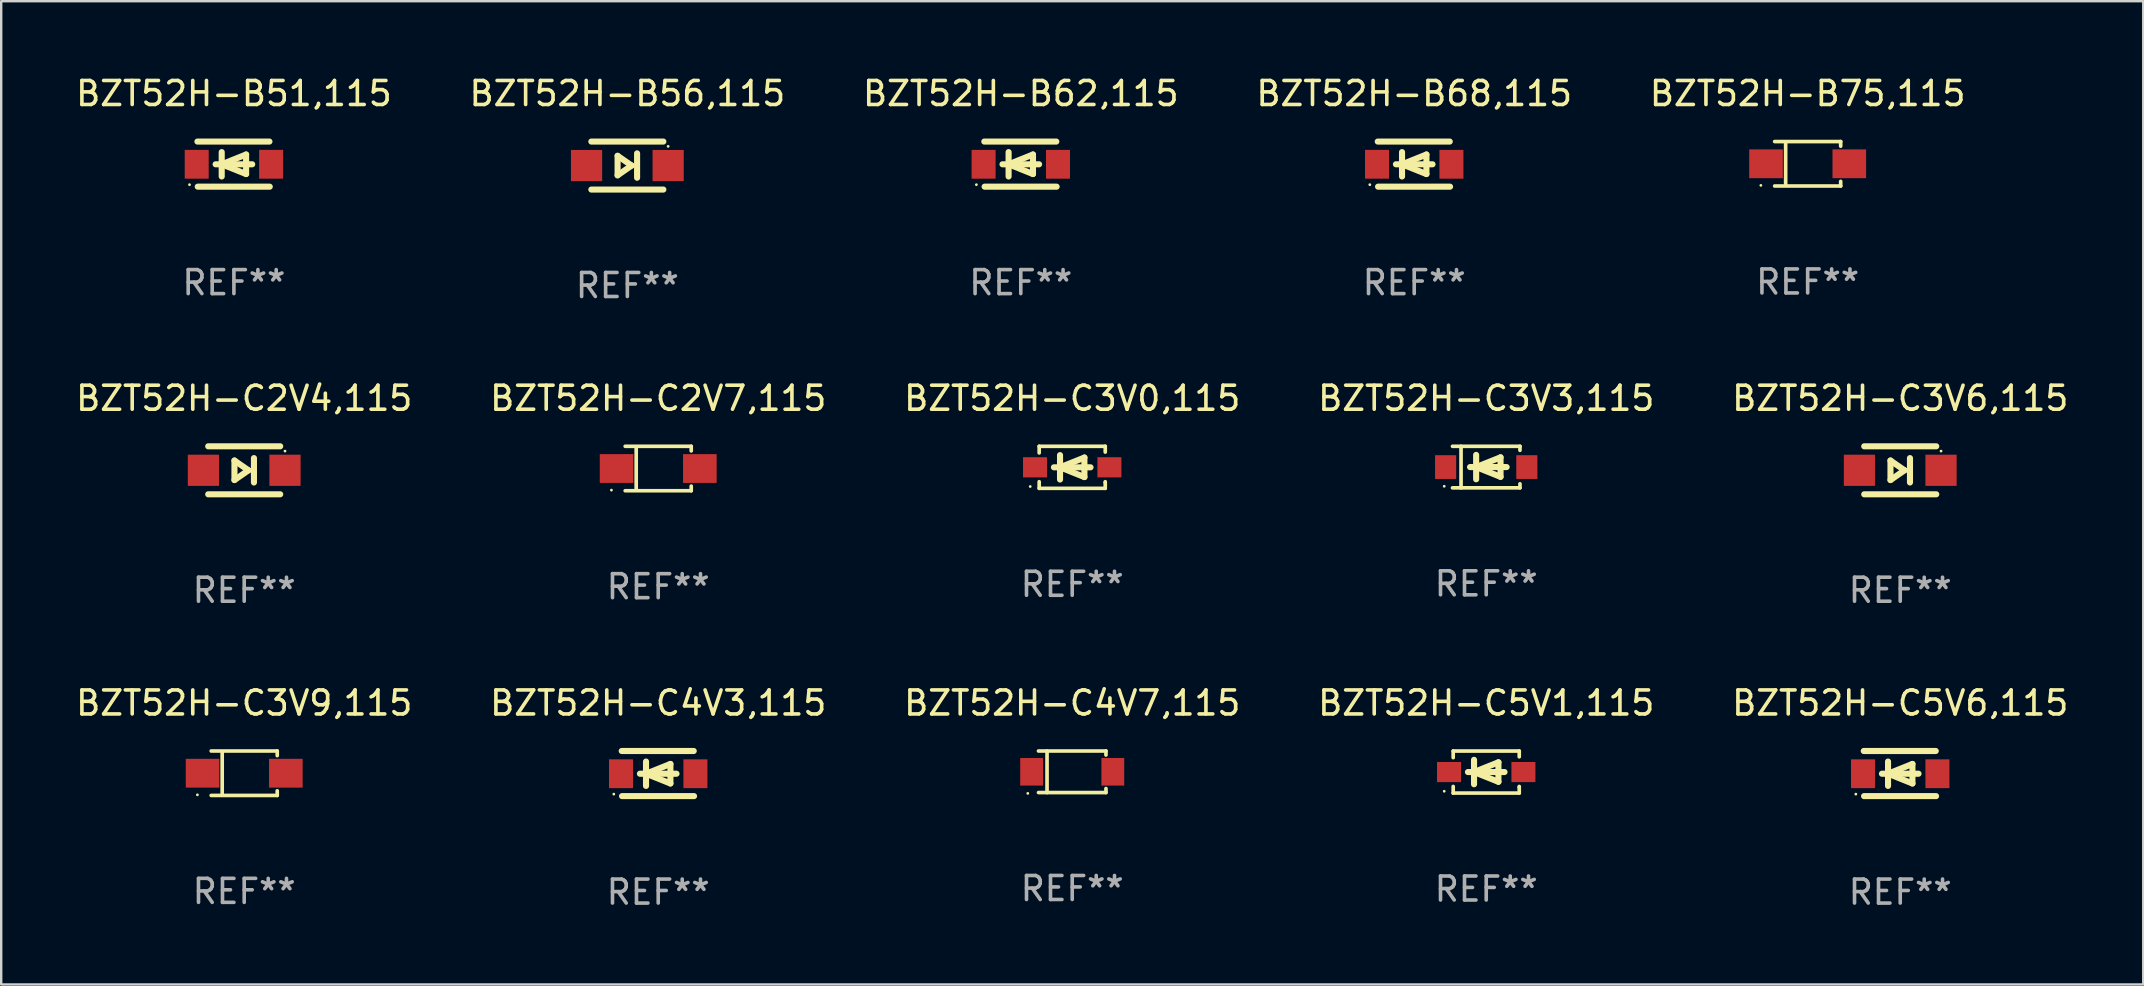
<source format=kicad_pcb>
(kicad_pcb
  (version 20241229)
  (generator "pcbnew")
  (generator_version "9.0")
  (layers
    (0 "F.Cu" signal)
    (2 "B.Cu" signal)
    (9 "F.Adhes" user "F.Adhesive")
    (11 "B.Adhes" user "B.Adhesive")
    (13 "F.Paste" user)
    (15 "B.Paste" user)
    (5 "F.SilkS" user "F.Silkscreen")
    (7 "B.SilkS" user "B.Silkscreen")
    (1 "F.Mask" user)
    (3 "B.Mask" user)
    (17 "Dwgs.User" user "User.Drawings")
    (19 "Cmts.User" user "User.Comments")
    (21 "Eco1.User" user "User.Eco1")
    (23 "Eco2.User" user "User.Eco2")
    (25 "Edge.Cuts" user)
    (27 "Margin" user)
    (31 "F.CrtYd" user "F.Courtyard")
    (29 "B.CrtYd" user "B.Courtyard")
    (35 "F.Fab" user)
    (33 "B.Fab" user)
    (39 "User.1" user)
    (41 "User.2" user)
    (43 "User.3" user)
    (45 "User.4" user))
  (footprint "BZT52H-B56,115"
    (layer "F.Cu")
    (at 23.089 3.848)
    (property "Reference" "BZT52H-B56,115" (at 0 -3 0) (layer "F.SilkS") (effects (font (size 1 1) (thickness 0.15))))
    (attr through_hole)
    (fp_line (start -1.5 -1) (end 1.5 -1) (stroke (width 0.254) (type solid)) (layer "F.SilkS"))
    (fp_line (start -0.406 -0.406) (end 0.178 0) (stroke (width 0.254) (type solid)) (layer "F.SilkS"))
    (fp_line (start -0.406 0.406) (end -0.406 -0.406) (stroke (width 0.254) (type solid)) (layer "F.SilkS"))
    (fp_line (start 0.178 0) (end -0.406 0.406) (stroke (width 0.254) (type solid)) (layer "F.SilkS"))
    (fp_line (start 0.406 0.508) (end 0.406 -0.508) (stroke (width 0.254) (type solid)) (layer "F.SilkS"))
    (fp_line (start 1.5 1) (end -1.5 1) (stroke (width 0.254) (type solid)) (layer "F.SilkS"))
    (fp_circle (center 1.7 -0.8) (end 1.73 -0.8) (stroke (width 0.06) (type solid)) (fill no) (layer "F.SilkS"))
    (fp_text user "REF**" (at 0 5 0) (layer "F.Fab") (effects (font (size 1 1) (thickness 0.15))))
    (pad "1" smd rect (at 1.7 0 180) (size 1.3 1.3) (layers "F.Cu" "F.Mask" "F.Paste"))
    (pad "2" smd rect (at -1.7 0 180) (size 1.3 1.3) (layers "F.Cu" "F.Mask" "F.Paste")))
  (footprint "BZT52H-C3V9,115"
    (layer "F.Cu")
    (at 7.125 29.167)
    (property "Reference" "BZT52H-C3V9,115" (at 0 -2.926 0) (layer "F.SilkS") (effects (font (size 1 1) (thickness 0.15))))
    (attr through_hole)
    (fp_line (start -1.376 -0.926) (end 1.376 -0.926) (stroke (width 0.152) (type solid)) (layer "F.SilkS"))
    (fp_line (start -1.376 0.926) (end 1.376 0.926) (stroke (width 0.152) (type solid)) (layer "F.SilkS"))
    (fp_line (start -0.917 -0.876) (end -0.917 0.876) (stroke (width 0.152) (type solid)) (layer "F.SilkS"))
    (fp_line (start 1.376 -0.926) (end 1.376 -0.733) (stroke (width 0.152) (type solid)) (layer "F.SilkS"))
    (fp_line (start 1.376 0.926) (end 1.376 0.733) (stroke (width 0.152) (type solid)) (layer "F.SilkS"))
    (fp_circle (center -1.95 0.9) (end -1.92 0.9) (stroke (width 0.06) (type solid)) (fill no) (layer "F.SilkS"))
    (fp_text user "REF**" (at 0 4.926 0) (layer "F.Fab") (effects (font (size 1 1) (thickness 0.15))))
    (pad "1" smd rect (at -1.735 0) (size 1.4 1.2) (layers "F.Cu" "F.Mask" "F.Paste"))
    (pad "2" smd rect (at 1.735 0) (size 1.4 1.2) (layers "F.Cu" "F.Mask" "F.Paste")))
  (footprint "BZT52H-B75,115"
    (layer "F.Cu")
    (at 72.268 3.774)
    (property "Reference" "BZT52H-B75,115" (at 0 -2.926 0) (layer "F.SilkS") (effects (font (size 1 1) (thickness 0.15))))
    (attr through_hole)
    (fp_line (start -1.376 -0.926) (end 1.376 -0.926) (stroke (width 0.152) (type solid)) (layer "F.SilkS"))
    (fp_line (start -1.376 0.926) (end 1.376 0.926) (stroke (width 0.152) (type solid)) (layer "F.SilkS"))
    (fp_line (start -0.917 -0.876) (end -0.917 0.876) (stroke (width 0.152) (type solid)) (layer "F.SilkS"))
    (fp_line (start 1.376 -0.926) (end 1.376 -0.733) (stroke (width 0.152) (type solid)) (layer "F.SilkS"))
    (fp_line (start 1.376 0.926) (end 1.376 0.733) (stroke (width 0.152) (type solid)) (layer "F.SilkS"))
    (fp_circle (center -1.95 0.9) (end -1.92 0.9) (stroke (width 0.06) (type solid)) (fill no) (layer "F.SilkS"))
    (fp_text user "REF**" (at 0 4.926 0) (layer "F.Fab") (effects (font (size 1 1) (thickness 0.15))))
    (pad "1" smd rect (at -1.735 0) (size 1.4 1.2) (layers "F.Cu" "F.Mask" "F.Paste"))
    (pad "2" smd rect (at 1.735 0) (size 1.4 1.2) (layers "F.Cu" "F.Mask" "F.Paste")))
  (footprint "BZT52H-B51,115"
    (layer "F.Cu")
    (at 6.696 3.788)
    (property "Reference" "BZT52H-B51,115" (at 0 -2.94 0) (layer "F.SilkS") (effects (font (size 1 1) (thickness 0.15))))
    (attr through_hole)
    (fp_line (start -1.52 -0.94) (end 1.48 -0.94) (stroke (width 0.254) (type solid)) (layer "F.SilkS"))
    (fp_line (start -1.507 0.94) (end 1.493 0.94) (stroke (width 0.254) (type solid)) (layer "F.SilkS"))
    (fp_line (start -0.762 0.007) (end 0.762 0.007) (stroke (width 0.254) (type solid)) (layer "F.SilkS"))
    (fp_line (start -0.508 -0.501) (end -0.508 0.515) (stroke (width 0.254) (type solid)) (layer "F.SilkS"))
    (fp_line (start -0.508 0.007) (end 0.508 -0.4) (stroke (width 0.254) (type solid)) (layer "F.SilkS"))
    (fp_line (start 0.508 -0.4) (end 0.508 0.413) (stroke (width 0.254) (type solid)) (layer "F.SilkS"))
    (fp_line (start 0.508 0.413) (end -0.508 0.007) (stroke (width 0.254) (type solid)) (layer "F.SilkS"))
    (fp_circle (center -1.85 0.857) (end -1.82 0.857) (stroke (width 0.06) (type solid)) (fill no) (layer "F.SilkS"))
    (fp_text user "REF**" (at 0 4.94 0) (layer "F.Fab") (effects (font (size 1 1) (thickness 0.15))))
    (pad "1" smd rect (at -1.55 0.007) (size 1 1.2) (layers "F.Cu" "F.Mask" "F.Paste"))
    (pad "2" smd rect (at 1.55 0.007) (size 1 1.2) (layers "F.Cu" "F.Mask" "F.Paste")))
  (footprint "BZT52H-B62,115"
    (layer "F.Cu")
    (at 39.482 3.788)
    (property "Reference" "BZT52H-B62,115" (at 0 -2.94 0) (layer "F.SilkS") (effects (font (size 1 1) (thickness 0.15))))
    (attr through_hole)
    (fp_line (start -1.52 -0.94) (end 1.48 -0.94) (stroke (width 0.254) (type solid)) (layer "F.SilkS"))
    (fp_line (start -1.507 0.94) (end 1.493 0.94) (stroke (width 0.254) (type solid)) (layer "F.SilkS"))
    (fp_line (start -0.762 0.007) (end 0.762 0.007) (stroke (width 0.254) (type solid)) (layer "F.SilkS"))
    (fp_line (start -0.508 -0.501) (end -0.508 0.515) (stroke (width 0.254) (type solid)) (layer "F.SilkS"))
    (fp_line (start -0.508 0.007) (end 0.508 -0.4) (stroke (width 0.254) (type solid)) (layer "F.SilkS"))
    (fp_line (start 0.508 -0.4) (end 0.508 0.413) (stroke (width 0.254) (type solid)) (layer "F.SilkS"))
    (fp_line (start 0.508 0.413) (end -0.508 0.007) (stroke (width 0.254) (type solid)) (layer "F.SilkS"))
    (fp_circle (center -1.85 0.857) (end -1.82 0.857) (stroke (width 0.06) (type solid)) (fill no) (layer "F.SilkS"))
    (fp_text user "REF**" (at 0 4.94 0) (layer "F.Fab") (effects (font (size 1 1) (thickness 0.15))))
    (pad "1" smd rect (at -1.55 0.007) (size 1 1.2) (layers "F.Cu" "F.Mask" "F.Paste"))
    (pad "2" smd rect (at 1.55 0.007) (size 1 1.2) (layers "F.Cu" "F.Mask" "F.Paste")))
  (footprint "BZT52H-B68,115"
    (layer "F.Cu")
    (at 55.875 3.788)
    (property "Reference" "BZT52H-B68,115" (at 0 -2.94 0) (layer "F.SilkS") (effects (font (size 1 1) (thickness 0.15))))
    (attr through_hole)
    (fp_line (start -1.52 -0.94) (end 1.48 -0.94) (stroke (width 0.254) (type solid)) (layer "F.SilkS"))
    (fp_line (start -1.507 0.94) (end 1.493 0.94) (stroke (width 0.254) (type solid)) (layer "F.SilkS"))
    (fp_line (start -0.762 0.007) (end 0.762 0.007) (stroke (width 0.254) (type solid)) (layer "F.SilkS"))
    (fp_line (start -0.508 -0.501) (end -0.508 0.515) (stroke (width 0.254) (type solid)) (layer "F.SilkS"))
    (fp_line (start -0.508 0.007) (end 0.508 -0.4) (stroke (width 0.254) (type solid)) (layer "F.SilkS"))
    (fp_line (start 0.508 -0.4) (end 0.508 0.413) (stroke (width 0.254) (type solid)) (layer "F.SilkS"))
    (fp_line (start 0.508 0.413) (end -0.508 0.007) (stroke (width 0.254) (type solid)) (layer "F.SilkS"))
    (fp_circle (center -1.85 0.857) (end -1.82 0.857) (stroke (width 0.06) (type solid)) (fill no) (layer "F.SilkS"))
    (fp_text user "REF**" (at 0 4.94 0) (layer "F.Fab") (effects (font (size 1 1) (thickness 0.15))))
    (pad "1" smd rect (at -1.55 0.007) (size 1 1.2) (layers "F.Cu" "F.Mask" "F.Paste"))
    (pad "2" smd rect (at 1.55 0.007) (size 1 1.2) (layers "F.Cu" "F.Mask" "F.Paste")))
  (footprint "BZT52H-C4V7,115"
    (layer "F.Cu")
    (at 41.625 29.107)
    (property "Reference" "BZT52H-C4V7,115" (at 0 -2.866 0) (layer "F.SilkS") (effects (font (size 1 1) (thickness 0.15))))
    (attr through_hole)
    (fp_line (start -1.406 -0.866) (end 1.406 -0.866) (stroke (width 0.152) (type solid)) (layer "F.SilkS"))
    (fp_line (start -1.406 0.866) (end 1.406 0.866) (stroke (width 0.152) (type solid)) (layer "F.SilkS"))
    (fp_line (start -1.049 -0.866) (end -1.049 0.866) (stroke (width 0.152) (type solid)) (layer "F.SilkS"))
    (fp_line (start 1.406 -0.866) (end 1.406 -0.698) (stroke (width 0.152) (type solid)) (layer "F.SilkS"))
    (fp_line (start 1.406 0.866) (end 1.406 0.698) (stroke (width 0.152) (type solid)) (layer "F.SilkS"))
    (fp_circle (center -1.851 0.9) (end -1.821 0.9) (stroke (width 0.06) (type solid)) (fill no) (layer "F.SilkS"))
    (fp_text user "REF**" (at 0 4.866 0) (layer "F.Fab") (effects (font (size 1 1) (thickness 0.15))))
    (pad "1" smd rect (at -1.692 0) (size 0.95 1.15) (layers "F.Cu" "F.Mask" "F.Paste"))
    (pad "2" smd rect (at 1.692 0) (size 0.95 1.15) (layers "F.Cu" "F.Mask" "F.Paste")))
  (footprint "BZT52H-C4V3,115"
    (layer "F.Cu")
    (at 24.375 29.181)
    (property "Reference" "BZT52H-C4V3,115" (at 0 -2.94 0) (layer "F.SilkS") (effects (font (size 1 1) (thickness 0.15))))
    (attr through_hole)
    (fp_line (start -1.52 -0.94) (end 1.48 -0.94) (stroke (width 0.254) (type solid)) (layer "F.SilkS"))
    (fp_line (start -1.507 0.94) (end 1.493 0.94) (stroke (width 0.254) (type solid)) (layer "F.SilkS"))
    (fp_line (start -0.762 0.007) (end 0.762 0.007) (stroke (width 0.254) (type solid)) (layer "F.SilkS"))
    (fp_line (start -0.508 -0.501) (end -0.508 0.515) (stroke (width 0.254) (type solid)) (layer "F.SilkS"))
    (fp_line (start -0.508 0.007) (end 0.508 -0.4) (stroke (width 0.254) (type solid)) (layer "F.SilkS"))
    (fp_line (start 0.508 -0.4) (end 0.508 0.413) (stroke (width 0.254) (type solid)) (layer "F.SilkS"))
    (fp_line (start 0.508 0.413) (end -0.508 0.007) (stroke (width 0.254) (type solid)) (layer "F.SilkS"))
    (fp_circle (center -1.85 0.857) (end -1.82 0.857) (stroke (width 0.06) (type solid)) (fill no) (layer "F.SilkS"))
    (fp_text user "REF**" (at 0 4.94 0) (layer "F.Fab") (effects (font (size 1 1) (thickness 0.15))))
    (pad "1" smd rect (at -1.55 0.007) (size 1 1.2) (layers "F.Cu" "F.Mask" "F.Paste"))
    (pad "2" smd rect (at 1.55 0.007) (size 1 1.2) (layers "F.Cu" "F.Mask" "F.Paste")))
  (footprint "BZT52H-C5V1,115"
    (layer "F.Cu")
    (at 58.875 29.118)
    (property "Reference" "BZT52H-C5V1,115" (at 0 -2.876 0) (layer "F.SilkS") (effects (font (size 1 1) (thickness 0.15))))
    (attr through_hole)
    (fp_line (start -1.376 -0.876) (end -1.376 -0.6) (stroke (width 0.152) (type solid)) (layer "F.SilkS"))
    (fp_line (start -1.376 -0.876) (end 1.376 -0.876) (stroke (width 0.152) (type solid)) (layer "F.SilkS"))
    (fp_line (start -1.376 0.6) (end -1.376 0.876) (stroke (width 0.152) (type solid)) (layer "F.SilkS"))
    (fp_line (start -1.376 0.876) (end 1.376 0.876) (stroke (width 0.152) (type solid)) (layer "F.SilkS"))
    (fp_line (start -0.762 -0.000051) (end 0.762 -0.000051) (stroke (width 0.254) (type solid)) (layer "F.SilkS"))
    (fp_line (start -0.508 -0.508) (end -0.508 0.508) (stroke (width 0.254) (type solid)) (layer "F.SilkS"))
    (fp_line (start -0.508 -0.000051) (end 0.508 -0.406) (stroke (width 0.254) (type solid)) (layer "F.SilkS"))
    (fp_line (start 0.508 -0.406) (end 0.508 0.406) (stroke (width 0.254) (type solid)) (layer "F.SilkS"))
    (fp_line (start 0.508 0.406) (end -0.508 -0.000051) (stroke (width 0.254) (type solid)) (layer "F.SilkS"))
    (fp_line (start 1.376 0.631) (end 1.376 0.6) (stroke (width 0.152) (type solid)) (layer "F.SilkS"))
    (fp_line (start 1.376 0.876) (end 1.376 0.631) (stroke (width 0.152) (type solid)) (layer "F.SilkS"))
    (fp_line (start 1.376 -0.876) (end 1.376 -0.635) (stroke (width 0.152) (type solid)) (layer "F.SilkS"))
    (fp_circle (center -1.75 0.8) (end -1.72 0.8) (stroke (width 0.06) (type solid)) (fill no) (layer "F.SilkS"))
    (fp_text user "REF**" (at 0 4.876 0) (layer "F.Fab") (effects (font (size 1 1) (thickness 0.15))))
    (pad "1" smd rect (at -1.55 -0.000051) (size 1 0.84) (layers "F.Cu" "F.Mask" "F.Paste"))
    (pad "2" smd rect (at 1.55 -0.000051) (size 1 0.84) (layers "F.Cu" "F.Mask" "F.Paste")))
  (footprint "BZT52H-C2V7,115"
    (layer "F.Cu")
    (at 24.375 16.471)
    (property "Reference" "BZT52H-C2V7,115" (at 0 -2.926 0) (layer "F.SilkS") (effects (font (size 1 1) (thickness 0.15))))
    (attr through_hole)
    (fp_line (start -1.376 -0.926) (end 1.376 -0.926) (stroke (width 0.152) (type solid)) (layer "F.SilkS"))
    (fp_line (start -1.376 0.926) (end 1.376 0.926) (stroke (width 0.152) (type solid)) (layer "F.SilkS"))
    (fp_line (start -0.917 -0.876) (end -0.917 0.876) (stroke (width 0.152) (type solid)) (layer "F.SilkS"))
    (fp_line (start 1.376 -0.926) (end 1.376 -0.733) (stroke (width 0.152) (type solid)) (layer "F.SilkS"))
    (fp_line (start 1.376 0.926) (end 1.376 0.733) (stroke (width 0.152) (type solid)) (layer "F.SilkS"))
    (fp_circle (center -1.95 0.9) (end -1.92 0.9) (stroke (width 0.06) (type solid)) (fill no) (layer "F.SilkS"))
    (fp_text user "REF**" (at 0 4.926 0) (layer "F.Fab") (effects (font (size 1 1) (thickness 0.15))))
    (pad "1" smd rect (at -1.735 0) (size 1.4 1.2) (layers "F.Cu" "F.Mask" "F.Paste"))
    (pad "2" smd rect (at 1.735 0) (size 1.4 1.2) (layers "F.Cu" "F.Mask" "F.Paste")))
  (footprint "BZT52H-C3V0,115"
    (layer "F.Cu")
    (at 41.625 16.421)
    (property "Reference" "BZT52H-C3V0,115" (at 0 -2.876 0) (layer "F.SilkS") (effects (font (size 1 1) (thickness 0.15))))
    (attr through_hole)
    (fp_line (start -1.376 -0.876) (end -1.376 -0.6) (stroke (width 0.152) (type solid)) (layer "F.SilkS"))
    (fp_line (start -1.376 -0.876) (end 1.376 -0.876) (stroke (width 0.152) (type solid)) (layer "F.SilkS"))
    (fp_line (start -1.376 0.6) (end -1.376 0.876) (stroke (width 0.152) (type solid)) (layer "F.SilkS"))
    (fp_line (start -1.376 0.876) (end 1.376 0.876) (stroke (width 0.152) (type solid)) (layer "F.SilkS"))
    (fp_line (start -0.762 -0.000051) (end 0.762 -0.000051) (stroke (width 0.254) (type solid)) (layer "F.SilkS"))
    (fp_line (start -0.508 -0.508) (end -0.508 0.508) (stroke (width 0.254) (type solid)) (layer "F.SilkS"))
    (fp_line (start -0.508 -0.000051) (end 0.508 -0.406) (stroke (width 0.254) (type solid)) (layer "F.SilkS"))
    (fp_line (start 0.508 -0.406) (end 0.508 0.406) (stroke (width 0.254) (type solid)) (layer "F.SilkS"))
    (fp_line (start 0.508 0.406) (end -0.508 -0.000051) (stroke (width 0.254) (type solid)) (layer "F.SilkS"))
    (fp_line (start 1.376 0.631) (end 1.376 0.6) (stroke (width 0.152) (type solid)) (layer "F.SilkS"))
    (fp_line (start 1.376 0.876) (end 1.376 0.631) (stroke (width 0.152) (type solid)) (layer "F.SilkS"))
    (fp_line (start 1.376 -0.876) (end 1.376 -0.635) (stroke (width 0.152) (type solid)) (layer "F.SilkS"))
    (fp_circle (center -1.75 0.8) (end -1.72 0.8) (stroke (width 0.06) (type solid)) (fill no) (layer "F.SilkS"))
    (fp_text user "REF**" (at 0 4.876 0) (layer "F.Fab") (effects (font (size 1 1) (thickness 0.15))))
    (pad "1" smd rect (at -1.55 -0.000051) (size 1 0.84) (layers "F.Cu" "F.Mask" "F.Paste"))
    (pad "2" smd rect (at 1.55 -0.000051) (size 1 0.84) (layers "F.Cu" "F.Mask" "F.Paste")))
  (footprint "BZT52H-C5V6,115"
    (layer "F.Cu")
    (at 76.125 29.181)
    (property "Reference" "BZT52H-C5V6,115" (at 0 -2.94 0) (layer "F.SilkS") (effects (font (size 1 1) (thickness 0.15))))
    (attr through_hole)
    (fp_line (start -1.52 -0.94) (end 1.48 -0.94) (stroke (width 0.254) (type solid)) (layer "F.SilkS"))
    (fp_line (start -1.507 0.94) (end 1.493 0.94) (stroke (width 0.254) (type solid)) (layer "F.SilkS"))
    (fp_line (start -0.762 0.007) (end 0.762 0.007) (stroke (width 0.254) (type solid)) (layer "F.SilkS"))
    (fp_line (start -0.508 -0.501) (end -0.508 0.515) (stroke (width 0.254) (type solid)) (layer "F.SilkS"))
    (fp_line (start -0.508 0.007) (end 0.508 -0.4) (stroke (width 0.254) (type solid)) (layer "F.SilkS"))
    (fp_line (start 0.508 -0.4) (end 0.508 0.413) (stroke (width 0.254) (type solid)) (layer "F.SilkS"))
    (fp_line (start 0.508 0.413) (end -0.508 0.007) (stroke (width 0.254) (type solid)) (layer "F.SilkS"))
    (fp_circle (center -1.85 0.857) (end -1.82 0.857) (stroke (width 0.06) (type solid)) (fill no) (layer "F.SilkS"))
    (fp_text user "REF**" (at 0 4.94 0) (layer "F.Fab") (effects (font (size 1 1) (thickness 0.15))))
    (pad "1" smd rect (at -1.55 0.007) (size 1 1.2) (layers "F.Cu" "F.Mask" "F.Paste"))
    (pad "2" smd rect (at 1.55 0.007) (size 1 1.2) (layers "F.Cu" "F.Mask" "F.Paste")))
  (footprint "BZT52H-C3V6,115"
    (layer "F.Cu")
    (at 76.125 16.545)
    (property "Reference" "BZT52H-C3V6,115" (at 0 -3 0) (layer "F.SilkS") (effects (font (size 1 1) (thickness 0.15))))
    (attr through_hole)
    (fp_line (start -1.5 -1) (end 1.5 -1) (stroke (width 0.254) (type solid)) (layer "F.SilkS"))
    (fp_line (start -0.406 -0.406) (end 0.178 0) (stroke (width 0.254) (type solid)) (layer "F.SilkS"))
    (fp_line (start -0.406 0.406) (end -0.406 -0.406) (stroke (width 0.254) (type solid)) (layer "F.SilkS"))
    (fp_line (start 0.178 0) (end -0.406 0.406) (stroke (width 0.254) (type solid)) (layer "F.SilkS"))
    (fp_line (start 0.406 0.508) (end 0.406 -0.508) (stroke (width 0.254) (type solid)) (layer "F.SilkS"))
    (fp_line (start 1.5 1) (end -1.5 1) (stroke (width 0.254) (type solid)) (layer "F.SilkS"))
    (fp_circle (center 1.7 -0.8) (end 1.73 -0.8) (stroke (width 0.06) (type solid)) (fill no) (layer "F.SilkS"))
    (fp_text user "REF**" (at 0 5 0) (layer "F.Fab") (effects (font (size 1 1) (thickness 0.15))))
    (pad "1" smd rect (at 1.7 0 180) (size 1.3 1.3) (layers "F.Cu" "F.Mask" "F.Paste"))
    (pad "2" smd rect (at -1.7 0 180) (size 1.3 1.3) (layers "F.Cu" "F.Mask" "F.Paste")))
  (footprint "BZT52H-C3V3,115"
    (layer "F.Cu")
    (at 58.875 16.411)
    (property "Reference" "BZT52H-C3V3,115" (at 0 -2.866 0) (layer "F.SilkS") (effects (font (size 1 1) (thickness 0.15))))
    (attr through_hole)
    (fp_line (start -1.406 -0.866) (end 1.406 -0.866) (stroke (width 0.152) (type solid)) (layer "F.SilkS"))
    (fp_line (start -1.406 0.866) (end 1.406 0.866) (stroke (width 0.152) (type solid)) (layer "F.SilkS"))
    (fp_line (start -1.049 -0.866) (end -1.049 0.866) (stroke (width 0.152) (type solid)) (layer "F.SilkS"))
    (fp_line (start -0.674 0) (end 0.85 0) (stroke (width 0.254) (type solid)) (layer "F.SilkS"))
    (fp_line (start -0.42 -0.508) (end -0.42 0.508) (stroke (width 0.254) (type solid)) (layer "F.SilkS"))
    (fp_line (start -0.42 0) (end 0.596 -0.406) (stroke (width 0.254) (type solid)) (layer "F.SilkS"))
    (fp_line (start 0.596 -0.406) (end 0.596 0.406) (stroke (width 0.254) (type solid)) (layer "F.SilkS"))
    (fp_line (start 0.596 0.406) (end -0.42 0) (stroke (width 0.254) (type solid)) (layer "F.SilkS"))
    (fp_line (start 1.406 -0.866) (end 1.406 -0.698) (stroke (width 0.152) (type solid)) (layer "F.SilkS"))
    (fp_line (start 1.406 0.866) (end 1.406 0.698) (stroke (width 0.152) (type solid)) (layer "F.SilkS"))
    (fp_circle (center -1.75 0.8) (end -1.72 0.8) (stroke (width 0.06) (type solid)) (fill no) (layer "F.SilkS"))
    (fp_text user "REF**" (at 0 4.866 0) (layer "F.Fab") (effects (font (size 1 1) (thickness 0.15))))
    (pad "1" smd rect (at -1.692 0) (size 0.88 0.99) (layers "F.Cu" "F.Mask" "F.Paste"))
    (pad "2" smd rect (at 1.692 0) (size 0.88 0.99) (layers "F.Cu" "F.Mask" "F.Paste")))
  (footprint "BZT52H-C2V4,115"
    (layer "F.Cu")
    (at 7.125 16.545)
    (property "Reference" "BZT52H-C2V4,115" (at 0 -3 0) (layer "F.SilkS") (effects (font (size 1 1) (thickness 0.15))))
    (attr through_hole)
    (fp_line (start -1.5 -1) (end 1.5 -1) (stroke (width 0.254) (type solid)) (layer "F.SilkS"))
    (fp_line (start -0.406 -0.406) (end 0.178 0) (stroke (width 0.254) (type solid)) (layer "F.SilkS"))
    (fp_line (start -0.406 0.406) (end -0.406 -0.406) (stroke (width 0.254) (type solid)) (layer "F.SilkS"))
    (fp_line (start 0.178 0) (end -0.406 0.406) (stroke (width 0.254) (type solid)) (layer "F.SilkS"))
    (fp_line (start 0.406 0.508) (end 0.406 -0.508) (stroke (width 0.254) (type solid)) (layer "F.SilkS"))
    (fp_line (start 1.5 1) (end -1.5 1) (stroke (width 0.254) (type solid)) (layer "F.SilkS"))
    (fp_circle (center 1.7 -0.8) (end 1.73 -0.8) (stroke (width 0.06) (type solid)) (fill no) (layer "F.SilkS"))
    (fp_text user "REF**" (at 0 5 0) (layer "F.Fab") (effects (font (size 1 1) (thickness 0.15))))
    (pad "1" smd rect (at 1.7 0 180) (size 1.3 1.3) (layers "F.Cu" "F.Mask" "F.Paste"))
    (pad "2" smd rect (at -1.7 0 180) (size 1.3 1.3) (layers "F.Cu" "F.Mask" "F.Paste")))
  (gr_rect
    (start -3 -3)
    (end 86.25 37.969)
    (stroke (width 0.1) (type default))
    (fill no)
    (layer "Edge.Cuts")))
</source>
